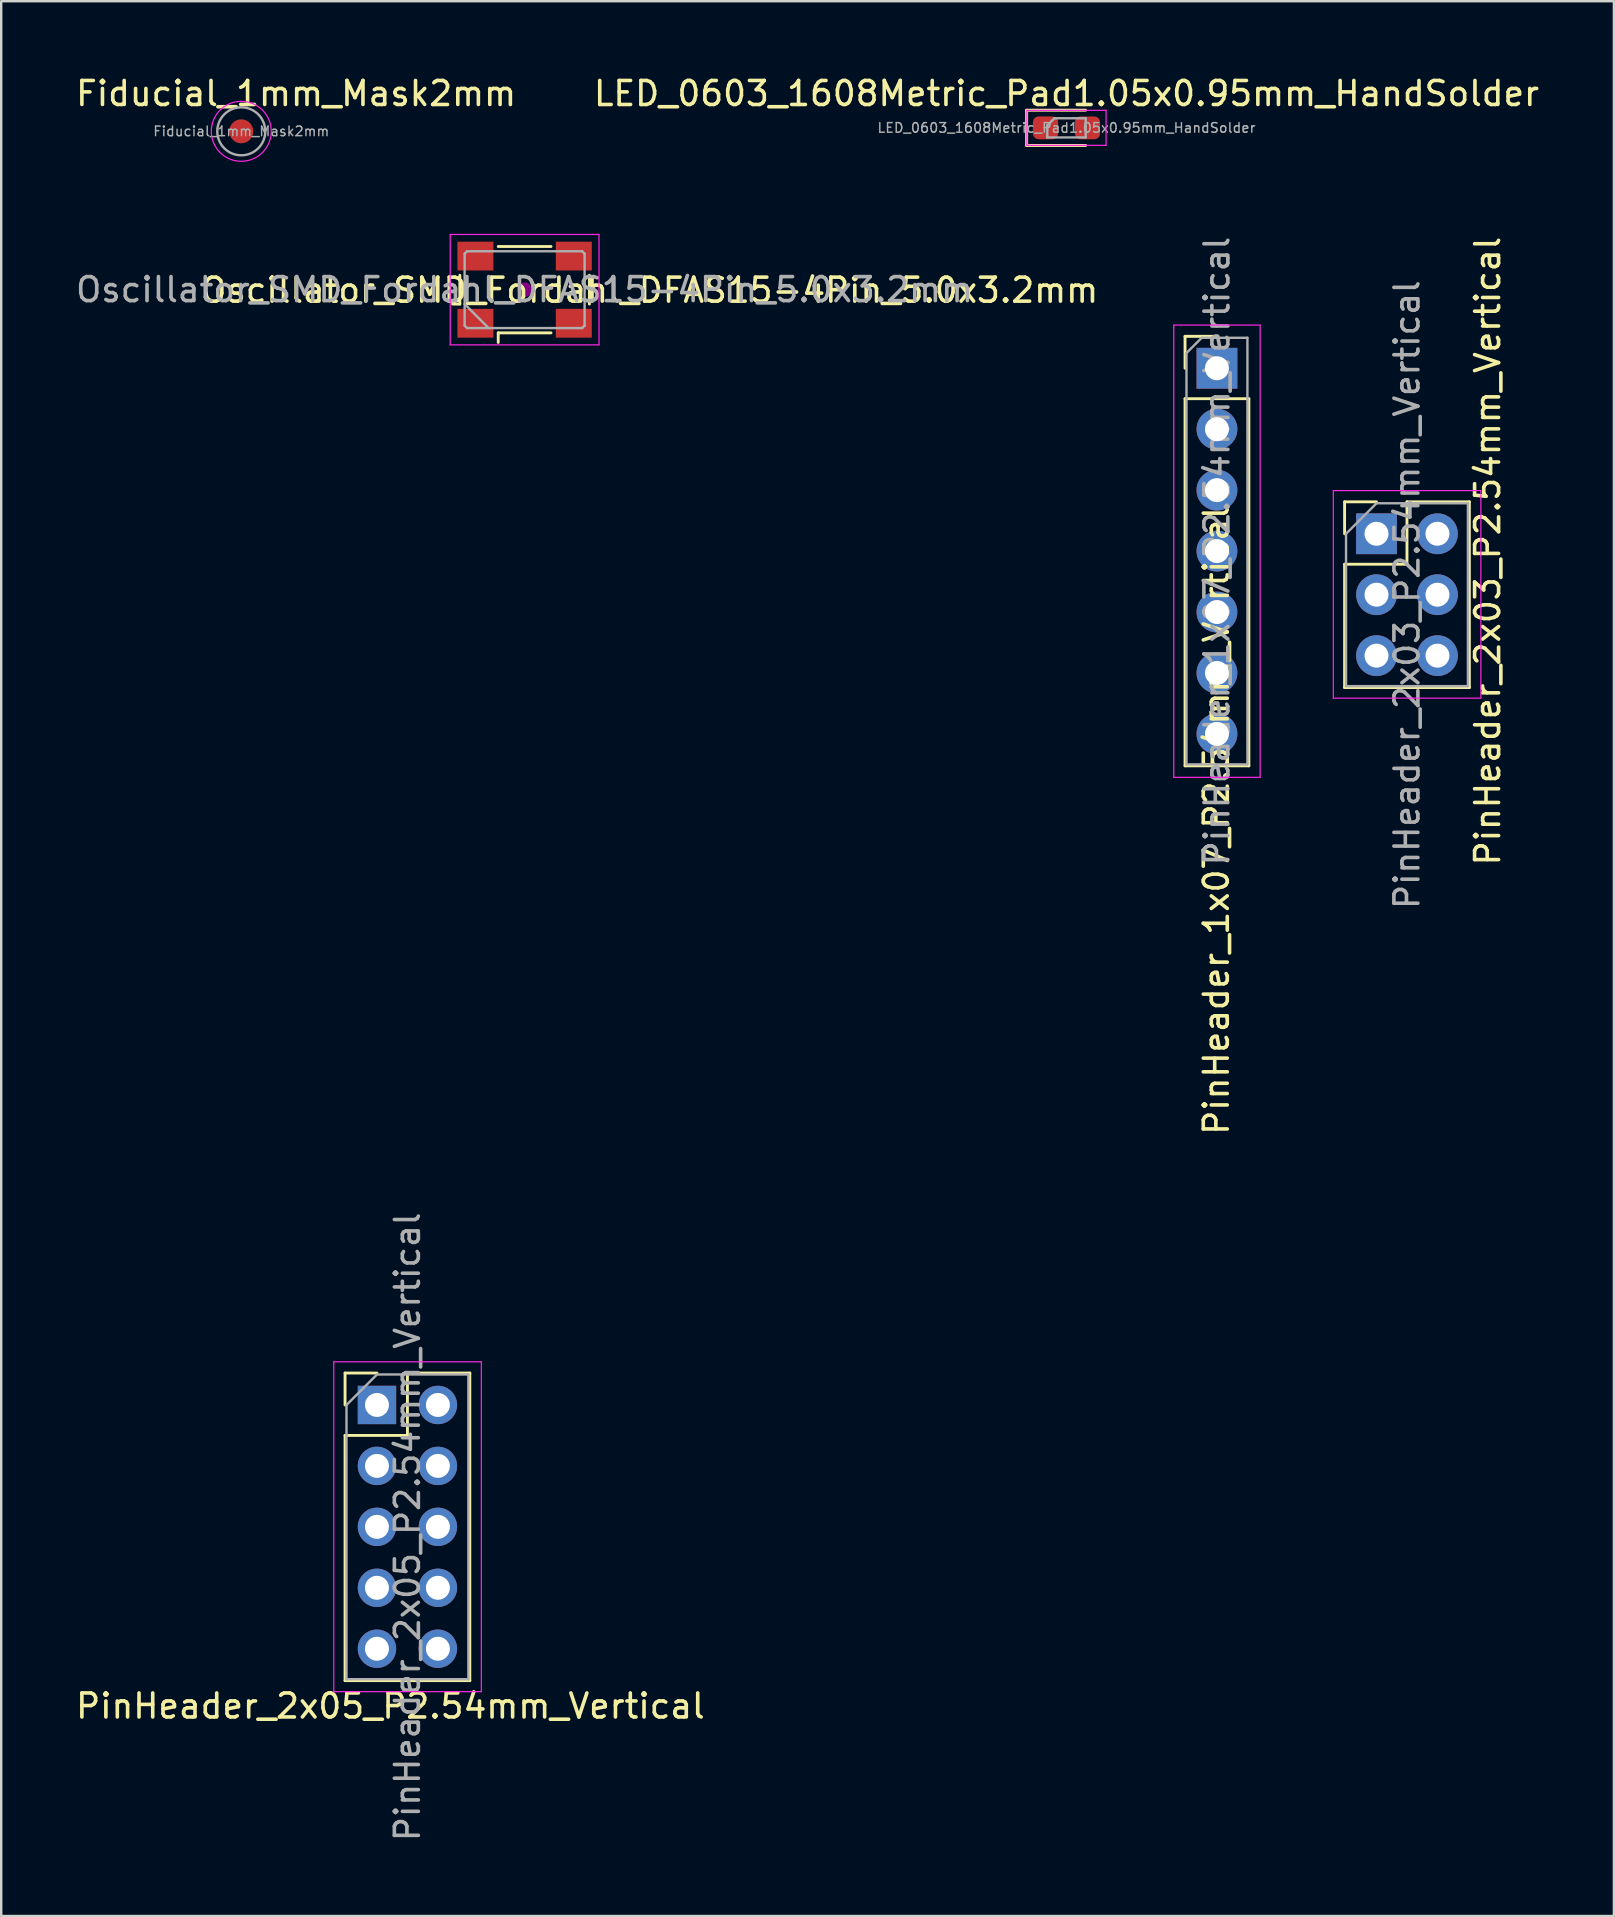
<source format=kicad_pcb>
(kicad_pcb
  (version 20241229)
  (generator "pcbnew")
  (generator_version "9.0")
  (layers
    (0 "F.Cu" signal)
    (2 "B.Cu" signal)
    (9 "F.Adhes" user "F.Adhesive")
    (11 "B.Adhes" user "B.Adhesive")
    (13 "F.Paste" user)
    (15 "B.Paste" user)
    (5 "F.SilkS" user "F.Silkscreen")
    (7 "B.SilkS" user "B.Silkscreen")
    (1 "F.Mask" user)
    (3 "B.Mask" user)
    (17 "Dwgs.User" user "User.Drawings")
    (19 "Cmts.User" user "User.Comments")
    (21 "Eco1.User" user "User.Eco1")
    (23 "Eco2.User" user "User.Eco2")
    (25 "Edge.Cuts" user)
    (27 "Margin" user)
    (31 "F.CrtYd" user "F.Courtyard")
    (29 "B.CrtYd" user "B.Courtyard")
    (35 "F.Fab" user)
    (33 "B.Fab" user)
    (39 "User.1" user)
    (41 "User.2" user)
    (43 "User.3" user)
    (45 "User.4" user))
  (footprint "PinHeader_2x05_P2.54mm_Vertical"
    (layer "F.Cu")
    (at 12.661 55.506)
    (property "Reference" "PinHeader_2x05_P2.54mm_Vertical" (at 0.559 12.548 0) (layer "F.SilkS") (effects (font (size 1 1) (thickness 0.15))))
    (attr through_hole)
    (fp_line (start -1.33 -1.33) (end 0 -1.33) (stroke (width 0.12) (type solid)) (layer "F.SilkS"))
    (fp_line (start -1.33 0) (end -1.33 -1.33) (stroke (width 0.12) (type solid)) (layer "F.SilkS"))
    (fp_line (start -1.33 1.27) (end -1.33 11.49) (stroke (width 0.12) (type solid)) (layer "F.SilkS"))
    (fp_line (start -1.33 1.27) (end 1.27 1.27) (stroke (width 0.12) (type solid)) (layer "F.SilkS"))
    (fp_line (start -1.33 11.49) (end 3.87 11.49) (stroke (width 0.12) (type solid)) (layer "F.SilkS"))
    (fp_line (start 1.27 -1.33) (end 3.87 -1.33) (stroke (width 0.12) (type solid)) (layer "F.SilkS"))
    (fp_line (start 1.27 1.27) (end 1.27 -1.33) (stroke (width 0.12) (type solid)) (layer "F.SilkS"))
    (fp_line (start 3.87 -1.33) (end 3.87 11.49) (stroke (width 0.12) (type solid)) (layer "F.SilkS"))
    (fp_line (start -1.8 -1.8) (end -1.8 11.95) (stroke (width 0.05) (type solid)) (layer "F.CrtYd"))
    (fp_line (start -1.8 11.95) (end 4.35 11.95) (stroke (width 0.05) (type solid)) (layer "F.CrtYd"))
    (fp_line (start 4.35 -1.8) (end -1.8 -1.8) (stroke (width 0.05) (type solid)) (layer "F.CrtYd"))
    (fp_line (start 4.35 11.95) (end 4.35 -1.8) (stroke (width 0.05) (type solid)) (layer "F.CrtYd"))
    (fp_line (start -1.27 0) (end 0 -1.27) (stroke (width 0.1) (type solid)) (layer "F.Fab"))
    (fp_line (start -1.27 11.43) (end -1.27 0) (stroke (width 0.1) (type solid)) (layer "F.Fab"))
    (fp_line (start 0 -1.27) (end 3.81 -1.27) (stroke (width 0.1) (type solid)) (layer "F.Fab"))
    (fp_line (start 3.81 -1.27) (end 3.81 11.43) (stroke (width 0.1) (type solid)) (layer "F.Fab"))
    (fp_line (start 3.81 11.43) (end -1.27 11.43) (stroke (width 0.1) (type solid)) (layer "F.Fab"))
    (fp_text user "${REFERENCE}" (at 1.27 5.08 270) (layer "F.Fab") (effects (font (size 1 1) (thickness 0.15))))
    (pad "1" thru_hole rect (at 0 0) (size 1.6 1.6) (drill 1) (layers "*.Cu" "*.Mask"))
    (pad "2" thru_hole oval (at 2.54 0) (size 1.6 1.6) (drill 1) (layers "*.Cu" "*.Mask"))
    (pad "3" thru_hole oval (at 0 2.54) (size 1.6 1.6) (drill 1) (layers "*.Cu" "*.Mask"))
    (pad "4" thru_hole oval (at 2.54 2.54) (size 1.6 1.6) (drill 1) (layers "*.Cu" "*.Mask"))
    (pad "5" thru_hole oval (at 0 5.08) (size 1.6 1.6) (drill 1) (layers "*.Cu" "*.Mask"))
    (pad "6" thru_hole oval (at 2.54 5.08) (size 1.6 1.6) (drill 1) (layers "*.Cu" "*.Mask"))
    (pad "7" thru_hole oval (at 0 7.62) (size 1.6 1.6) (drill 1) (layers "*.Cu" "*.Mask"))
    (pad "8" thru_hole oval (at 2.54 7.62) (size 1.6 1.6) (drill 1) (layers "*.Cu" "*.Mask"))
    (pad "9" thru_hole oval (at 0 10.16) (size 1.6 1.6) (drill 1) (layers "*.Cu" "*.Mask"))
    (pad "10" thru_hole oval (at 2.54 10.16) (size 1.6 1.6) (drill 1) (layers "*.Cu" "*.Mask")))
  (footprint "PinHeader_1x07_P2.54mm_Vertical"
    (layer "F.Cu")
    (at 47.67 12.298)
    (property "Reference" "PinHeader_1x07_P2.54mm_Vertical" (at -0.025 18.847 270) (layer "F.SilkS") (effects (font (size 1 1) (thickness 0.15))))
    (attr through_hole exclude_from_bom)
    (fp_line (start -1.33 -1.33) (end 0 -1.33) (stroke (width 0.12) (type solid)) (layer "F.SilkS"))
    (fp_line (start -1.33 0) (end -1.33 -1.33) (stroke (width 0.12) (type solid)) (layer "F.SilkS"))
    (fp_line (start -1.33 1.27) (end -1.33 16.57) (stroke (width 0.12) (type solid)) (layer "F.SilkS"))
    (fp_line (start -1.33 1.27) (end 1.33 1.27) (stroke (width 0.12) (type solid)) (layer "F.SilkS"))
    (fp_line (start -1.33 16.57) (end 1.33 16.57) (stroke (width 0.12) (type solid)) (layer "F.SilkS"))
    (fp_line (start 1.33 1.27) (end 1.33 16.57) (stroke (width 0.12) (type solid)) (layer "F.SilkS"))
    (fp_line (start -1.8 -1.8) (end -1.8 17.05) (stroke (width 0.05) (type solid)) (layer "F.CrtYd"))
    (fp_line (start -1.8 17.05) (end 1.8 17.05) (stroke (width 0.05) (type solid)) (layer "F.CrtYd"))
    (fp_line (start 1.8 -1.8) (end -1.8 -1.8) (stroke (width 0.05) (type solid)) (layer "F.CrtYd"))
    (fp_line (start 1.8 17.05) (end 1.8 -1.8) (stroke (width 0.05) (type solid)) (layer "F.CrtYd"))
    (fp_line (start -1.27 -0.635) (end -0.635 -1.27) (stroke (width 0.1) (type solid)) (layer "F.Fab"))
    (fp_line (start -1.27 16.51) (end -1.27 -0.635) (stroke (width 0.1) (type solid)) (layer "F.Fab"))
    (fp_line (start -0.635 -1.27) (end 1.27 -1.27) (stroke (width 0.1) (type solid)) (layer "F.Fab"))
    (fp_line (start 1.27 -1.27) (end 1.27 16.51) (stroke (width 0.1) (type solid)) (layer "F.Fab"))
    (fp_line (start 1.27 16.51) (end -1.27 16.51) (stroke (width 0.1) (type solid)) (layer "F.Fab"))
    (fp_text user "${REFERENCE}" (at 0 7.62 270) (layer "F.Fab") (effects (font (size 1 1) (thickness 0.15))))
    (pad "1" thru_hole rect (at 0 0) (size 1.7 1.7) (drill 1) (layers "*.Cu" "*.Mask"))
    (pad "2" thru_hole oval (at 0 2.54) (size 1.7 1.7) (drill 1) (layers "*.Cu" "*.Mask"))
    (pad "3" thru_hole oval (at 0 5.08) (size 1.7 1.7) (drill 1) (layers "*.Cu" "*.Mask"))
    (pad "4" thru_hole oval (at 0 7.62) (size 1.7 1.7) (drill 1) (layers "*.Cu" "*.Mask"))
    (pad "5" thru_hole oval (at 0 10.16) (size 1.7 1.7) (drill 1) (layers "*.Cu" "*.Mask"))
    (pad "6" thru_hole oval (at 0 12.7) (size 1.7 1.7) (drill 1) (layers "*.Cu" "*.Mask"))
    (pad "7" thru_hole oval (at 0 15.24) (size 1.7 1.7) (drill 1) (layers "*.Cu" "*.Mask")))
  (footprint "Fiducial_1mm_Mask2mm"
    (layer "F.Cu")
    (at 7.006 2.423)
    (property "Reference" "Fiducial_1mm_Mask2mm" (at 2.286 -1.575 0) (layer "F.SilkS") (effects (font (size 1 1) (thickness 0.15))))
    (attr smd)
    (fp_circle (center 0 0) (end 1.25 0) (stroke (width 0.05) (type solid)) (fill no) (layer "F.CrtYd"))
    (fp_circle (center 0 0) (end 1 0) (stroke (width 0.1) (type solid)) (fill no) (layer "F.Fab"))
    (fp_text user "${REFERENCE}" (at 0 0 0) (layer "F.Fab") (effects (font (size 0.4 0.4) (thickness 0.06))))
    (pad "" smd circle (at 0 0) (size 1 1) (layers "F.Cu" "F.Mask")))
  (footprint "LED_0603_1608Metric_Pad1.05x0.95mm_HandSolder"
    (layer "F.Cu")
    (at 41.399 2.278)
    (property "Reference" "LED_0603_1608Metric_Pad1.05x0.95mm_HandSolder" (at 0 -1.43 0) (layer "F.SilkS") (effects (font (size 1 1) (thickness 0.15))))
    (attr smd exclude_from_bom)
    (fp_line (start -1.66 -0.735) (end -1.66 0.735) (stroke (width 0.12) (type solid)) (layer "F.SilkS"))
    (fp_line (start -1.66 0.735) (end 0.8 0.735) (stroke (width 0.12) (type solid)) (layer "F.SilkS"))
    (fp_line (start 0.8 -0.735) (end -1.66 -0.735) (stroke (width 0.12) (type solid)) (layer "F.SilkS"))
    (fp_line (start -1.65 -0.73) (end 1.65 -0.73) (stroke (width 0.05) (type solid)) (layer "F.CrtYd"))
    (fp_line (start -1.65 0.73) (end -1.65 -0.73) (stroke (width 0.05) (type solid)) (layer "F.CrtYd"))
    (fp_line (start 1.65 -0.73) (end 1.65 0.73) (stroke (width 0.05) (type solid)) (layer "F.CrtYd"))
    (fp_line (start 1.65 0.73) (end -1.65 0.73) (stroke (width 0.05) (type solid)) (layer "F.CrtYd"))
    (fp_line (start -0.8 -0.1) (end -0.8 0.4) (stroke (width 0.1) (type solid)) (layer "F.Fab"))
    (fp_line (start -0.8 0.4) (end 0.8 0.4) (stroke (width 0.1) (type solid)) (layer "F.Fab"))
    (fp_line (start -0.5 -0.4) (end -0.8 -0.1) (stroke (width 0.1) (type solid)) (layer "F.Fab"))
    (fp_line (start 0.8 -0.4) (end -0.5 -0.4) (stroke (width 0.1) (type solid)) (layer "F.Fab"))
    (fp_line (start 0.8 0.4) (end 0.8 -0.4) (stroke (width 0.1) (type solid)) (layer "F.Fab"))
    (fp_text user "${REFERENCE}" (at 0 0 0) (layer "F.Fab") (effects (font (size 0.4 0.4) (thickness 0.06))))
    (pad "1" smd roundrect (at -0.875 0) (size 1.05 0.95) (layers "F.Cu" "F.Mask" "F.Paste") (roundrect_rratio 0.25))
    (pad "2" smd roundrect (at 0.875 0) (size 1.05 0.95) (layers "F.Cu" "F.Mask" "F.Paste") (roundrect_rratio 0.25)))
  (footprint "Oscillator_SMD_Fordahl_DFAS15-4Pin_5.0x3.2mm"
    (layer "F.Cu")
    (at 18.815 9.023)
    (property "Reference" "Oscillator_SMD_Fordahl_DFAS15-4Pin_5.0x3.2mm" (at 5.214 0.022 180) (layer "F.SilkS") (effects (font (size 1 1) (thickness 0.15))))
    (attr smd)
    (fp_line (start -3 0.6) (end -2.7 0.6) (stroke (width 0.12) (type solid)) (layer "F.SilkS"))
    (fp_line (start -2.7 0.6) (end -2.7 -0.6) (stroke (width 0.12) (type solid)) (layer "F.SilkS"))
    (fp_line (start -1.1 -1.8) (end 1.1 -1.8) (stroke (width 0.12) (type solid)) (layer "F.SilkS"))
    (fp_line (start -1.1 1.8) (end -1.1 2.2) (stroke (width 0.12) (type solid)) (layer "F.SilkS"))
    (fp_line (start 1.1 1.8) (end -1.1 1.8) (stroke (width 0.12) (type solid)) (layer "F.SilkS"))
    (fp_line (start 2.7 -0.6) (end 2.7 0.6) (stroke (width 0.12) (type solid)) (layer "F.SilkS"))
    (fp_circle (center 0 0) (end 0.058 0) (stroke (width 0.117) (type solid)) (fill no) (layer "F.Adhes"))
    (fp_circle (center 0 0) (end 0.133 0) (stroke (width 0.083) (type solid)) (fill no) (layer "F.Adhes"))
    (fp_circle (center 0 0) (end 0.208 0) (stroke (width 0.083) (type solid)) (fill no) (layer "F.Adhes"))
    (fp_circle (center 0 0) (end 0.25 0) (stroke (width 0.1) (type solid)) (fill no) (layer "F.Adhes"))
    (fp_line (start -3.1 -2.3) (end -3.1 2.3) (stroke (width 0.05) (type solid)) (layer "F.CrtYd"))
    (fp_line (start -3.1 2.3) (end 3.1 2.3) (stroke (width 0.05) (type solid)) (layer "F.CrtYd"))
    (fp_line (start 3.1 -2.3) (end -3.1 -2.3) (stroke (width 0.05) (type solid)) (layer "F.CrtYd"))
    (fp_line (start 3.1 2.3) (end 3.1 -2.3) (stroke (width 0.05) (type solid)) (layer "F.CrtYd"))
    (fp_line (start -2.5 -1.5) (end -2.4 -1.6) (stroke (width 0.1) (type solid)) (layer "F.Fab"))
    (fp_line (start -2.5 0.6) (end -1.5 1.6) (stroke (width 0.1) (type solid)) (layer "F.Fab"))
    (fp_line (start -2.5 1.5) (end -2.5 -1.5) (stroke (width 0.1) (type solid)) (layer "F.Fab"))
    (fp_line (start -2.4 -1.6) (end 2.4 -1.6) (stroke (width 0.1) (type solid)) (layer "F.Fab"))
    (fp_line (start -2.4 1.6) (end -2.5 1.5) (stroke (width 0.1) (type solid)) (layer "F.Fab"))
    (fp_line (start 2.4 -1.6) (end 2.5 -1.5) (stroke (width 0.1) (type solid)) (layer "F.Fab"))
    (fp_line (start 2.4 1.6) (end -2.4 1.6) (stroke (width 0.1) (type solid)) (layer "F.Fab"))
    (fp_line (start 2.5 -1.5) (end 2.5 1.5) (stroke (width 0.1) (type solid)) (layer "F.Fab"))
    (fp_line (start 2.5 1.5) (end 2.4 1.6) (stroke (width 0.1) (type solid)) (layer "F.Fab"))
    (fp_text user "${REFERENCE}" (at 0 0 180) (layer "F.Fab") (effects (font (size 1 1) (thickness 0.15))))
    (pad "1" smd rect (at -2.05 1.4) (size 1.5 1.2) (layers "F.Cu" "F.Mask" "F.Paste"))
    (pad "2" smd rect (at 2.05 1.4) (size 1.5 1.2) (layers "F.Cu" "F.Mask" "F.Paste"))
    (pad "3" smd rect (at 2.05 -1.4) (size 1.5 1.2) (layers "F.Cu" "F.Mask" "F.Paste"))
    (pad "4" smd rect (at -2.05 -1.4) (size 1.5 1.2) (layers "F.Cu" "F.Mask" "F.Paste")))
  (footprint "PinHeader_2x03_P2.54mm_Vertical"
    (layer "F.Cu")
    (at 54.32 19.196)
    (property "Reference" "PinHeader_2x03_P2.54mm_Vertical" (at 4.633 0.723 90) (layer "F.SilkS") (effects (font (size 1 1) (thickness 0.15))))
    (attr through_hole exclude_from_bom)
    (fp_line (start -1.33 -1.33) (end 0 -1.33) (stroke (width 0.12) (type solid)) (layer "F.SilkS"))
    (fp_line (start -1.33 0) (end -1.33 -1.33) (stroke (width 0.12) (type solid)) (layer "F.SilkS"))
    (fp_line (start -1.33 1.27) (end -1.33 6.41) (stroke (width 0.12) (type solid)) (layer "F.SilkS"))
    (fp_line (start -1.33 1.27) (end 1.27 1.27) (stroke (width 0.12) (type solid)) (layer "F.SilkS"))
    (fp_line (start -1.33 6.41) (end 3.87 6.41) (stroke (width 0.12) (type solid)) (layer "F.SilkS"))
    (fp_line (start 1.27 -1.33) (end 3.87 -1.33) (stroke (width 0.12) (type solid)) (layer "F.SilkS"))
    (fp_line (start 1.27 1.27) (end 1.27 -1.33) (stroke (width 0.12) (type solid)) (layer "F.SilkS"))
    (fp_line (start 3.87 -1.33) (end 3.87 6.41) (stroke (width 0.12) (type solid)) (layer "F.SilkS"))
    (fp_line (start -1.8 -1.8) (end -1.8 6.85) (stroke (width 0.05) (type solid)) (layer "F.CrtYd"))
    (fp_line (start -1.8 6.85) (end 4.35 6.85) (stroke (width 0.05) (type solid)) (layer "F.CrtYd"))
    (fp_line (start 4.35 -1.8) (end -1.8 -1.8) (stroke (width 0.05) (type solid)) (layer "F.CrtYd"))
    (fp_line (start 4.35 6.85) (end 4.35 -1.8) (stroke (width 0.05) (type solid)) (layer "F.CrtYd"))
    (fp_line (start -1.27 0) (end 0 -1.27) (stroke (width 0.1) (type solid)) (layer "F.Fab"))
    (fp_line (start -1.27 6.35) (end -1.27 0) (stroke (width 0.1) (type solid)) (layer "F.Fab"))
    (fp_line (start 0 -1.27) (end 3.81 -1.27) (stroke (width 0.1) (type solid)) (layer "F.Fab"))
    (fp_line (start 3.81 -1.27) (end 3.81 6.35) (stroke (width 0.1) (type solid)) (layer "F.Fab"))
    (fp_line (start 3.81 6.35) (end -1.27 6.35) (stroke (width 0.1) (type solid)) (layer "F.Fab"))
    (fp_text user "${REFERENCE}" (at 1.27 2.54 270) (layer "F.Fab") (effects (font (size 1 1) (thickness 0.15))))
    (pad "1" thru_hole rect (at 0 0) (size 1.7 1.7) (drill 1) (layers "*.Cu" "*.Mask"))
    (pad "2" thru_hole oval (at 2.54 0) (size 1.7 1.7) (drill 1) (layers "*.Cu" "*.Mask"))
    (pad "3" thru_hole oval (at 0 2.54) (size 1.7 1.7) (drill 1) (layers "*.Cu" "*.Mask"))
    (pad "4" thru_hole oval (at 2.54 2.54) (size 1.7 1.7) (drill 1) (layers "*.Cu" "*.Mask"))
    (pad "5" thru_hole oval (at 0 5.08) (size 1.7 1.7) (drill 1) (layers "*.Cu" "*.Mask"))
    (pad "6" thru_hole oval (at 2.54 5.08) (size 1.7 1.7) (drill 1) (layers "*.Cu" "*.Mask")))
  (gr_rect
    (start -3 -3)
    (end 64.214 76.806)
    (stroke (width 0.1) (type default))
    (fill no)
    (layer "Edge.Cuts")))
</source>
